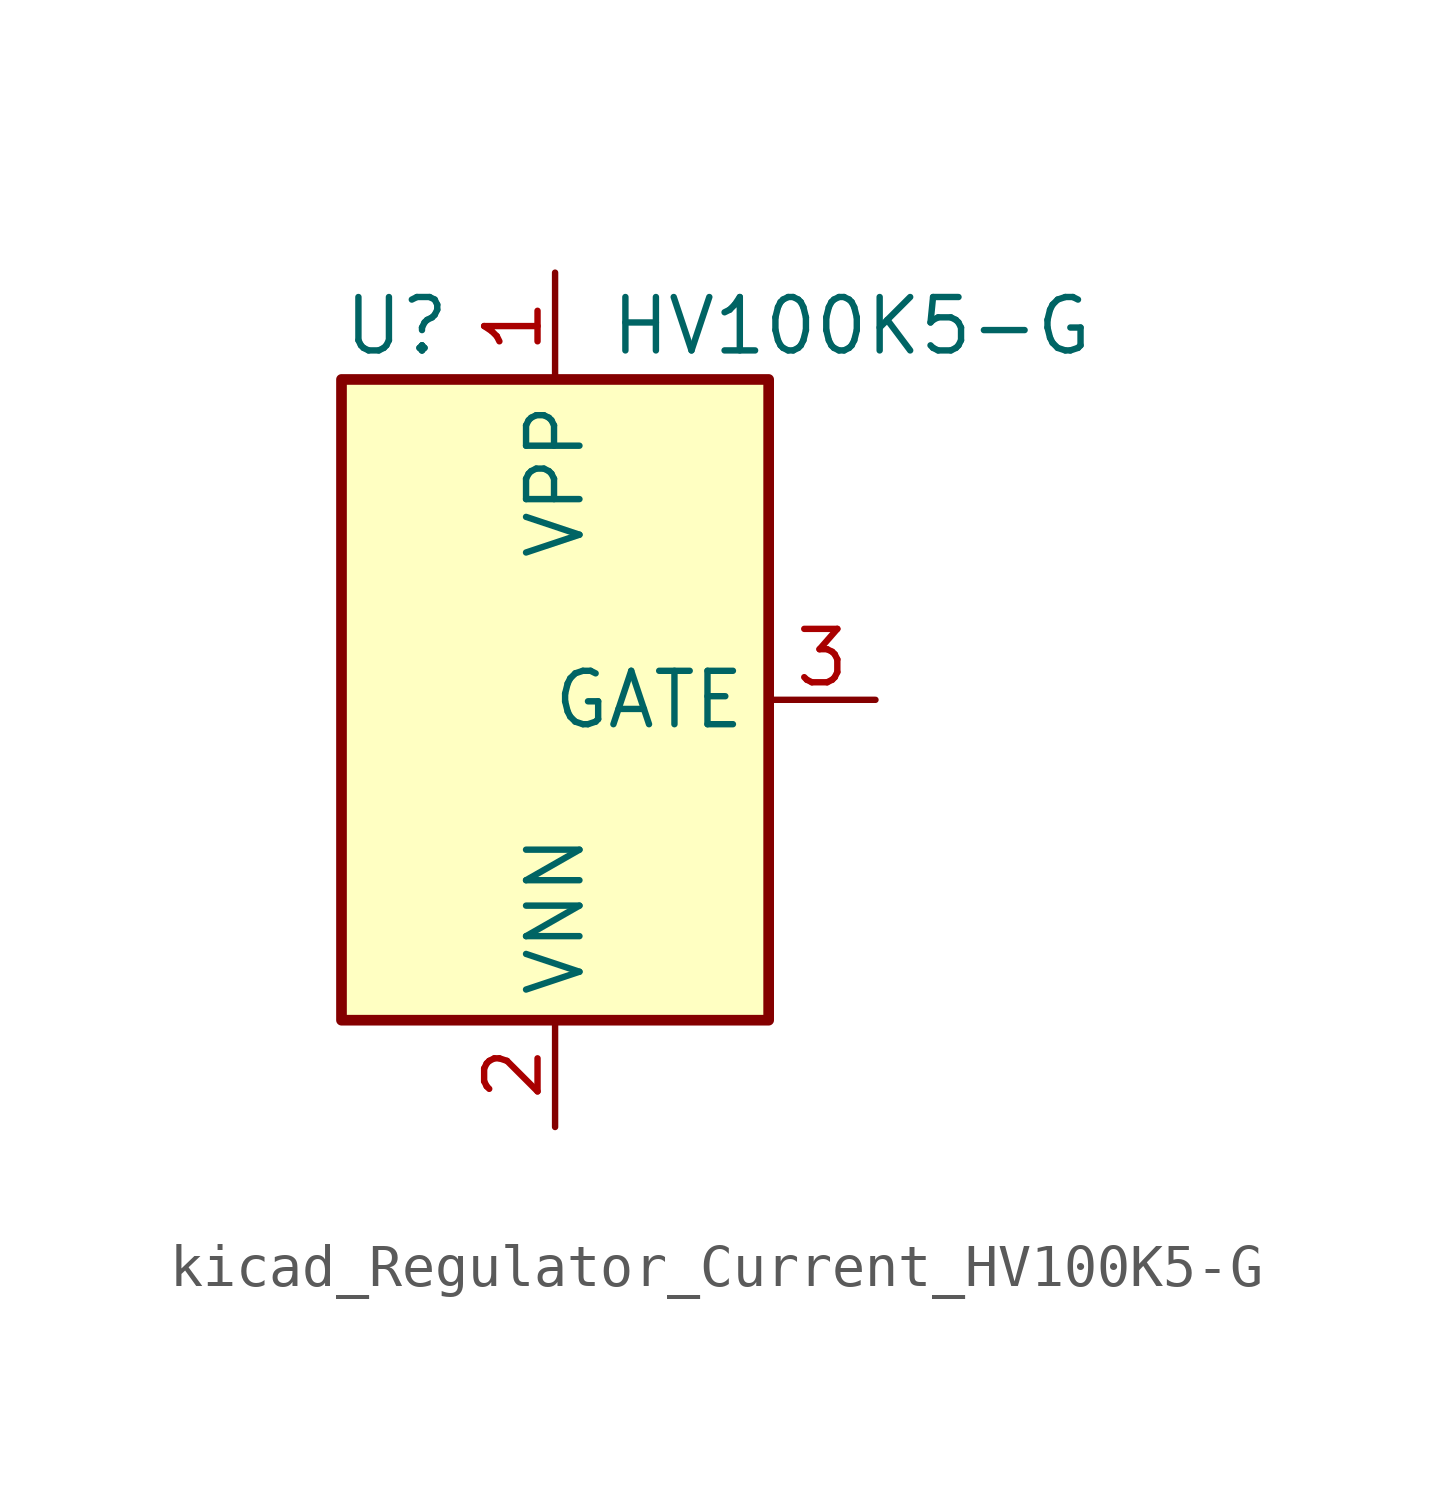
<source format=kicad_sym>
(kicad_symbol_lib
  (version 20220914)
  (generator kicad_symbol_editor)
  (symbol "kicad_Regulator_Current_HV100K5-G"
    (property "Reference" "U"
      (at -5.08 8.89 0)
      (effects (font (size 1.27 1.27)) (justify left)))
    (property "Value" "HV100K5-G"
      (at 1.27 8.89 0)
      (effects (font (size 1.27 1.27)) (justify left)))
    (symbol "kicad_Regulator_Current_HV100K5-G_0_1"
      (rectangle (start -5.08 7.62) (end 5.08 -7.62) (stroke (width 0.254) (type default)) (fill (type background))))
    (symbol "kicad_Regulator_Current_HV100K5-G_1_1"
      (pin power_in line (at 0 10.16 270) (length 2.54) (name "VPP" (effects (font (size 1.27 1.27)))) (number "1" (effects (font (size 1.27 1.27)))))
      (pin power_in line (at 0 -10.16 90) (length 2.54) (name "VNN" (effects (font (size 1.27 1.27)))) (number "2" (effects (font (size 1.27 1.27)))))
      (pin output line (at 7.62 0 180) (length 2.54) (name "GATE" (effects (font (size 1.27 1.27)))) (number "3" (effects (font (size 1.27 1.27))))))))
</source>
